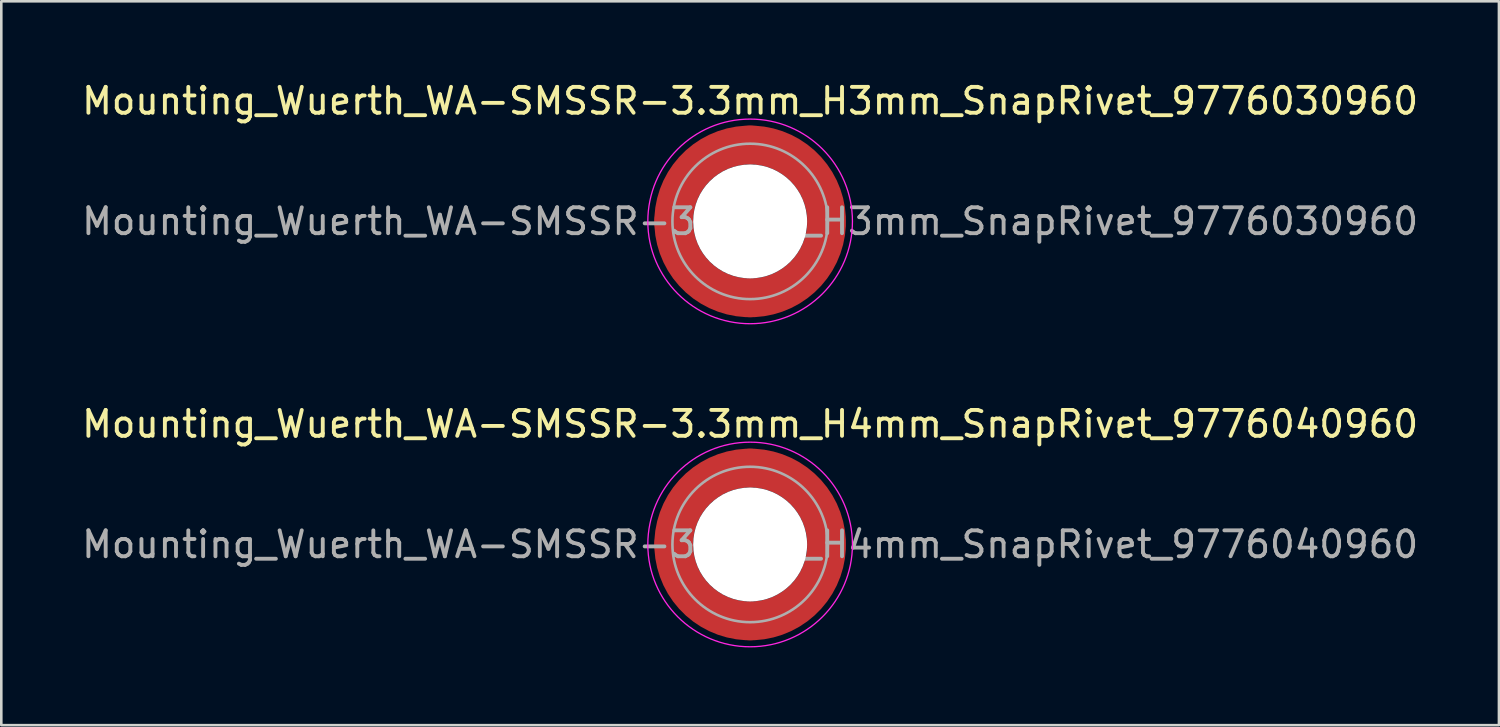
<source format=kicad_pcb>
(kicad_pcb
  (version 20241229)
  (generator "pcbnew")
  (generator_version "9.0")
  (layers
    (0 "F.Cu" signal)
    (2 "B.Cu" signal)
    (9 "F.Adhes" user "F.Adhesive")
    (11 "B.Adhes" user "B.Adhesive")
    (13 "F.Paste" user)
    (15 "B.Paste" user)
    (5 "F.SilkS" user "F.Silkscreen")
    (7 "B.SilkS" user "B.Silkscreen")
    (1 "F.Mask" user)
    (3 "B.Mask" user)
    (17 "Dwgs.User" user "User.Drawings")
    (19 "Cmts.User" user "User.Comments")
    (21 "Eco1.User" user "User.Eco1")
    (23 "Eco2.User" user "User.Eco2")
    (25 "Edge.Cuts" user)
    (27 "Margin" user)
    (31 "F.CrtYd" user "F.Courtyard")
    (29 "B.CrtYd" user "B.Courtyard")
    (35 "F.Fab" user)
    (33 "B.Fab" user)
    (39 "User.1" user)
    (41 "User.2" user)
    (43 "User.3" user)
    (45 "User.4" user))
  (footprint "Mounting_Wuerth_WA-SMSSR-3.3mm_H3mm_SnapRivet_9776030960"
    (layer "F.Cu")
    (at 25.911 5.498)
    (property "Reference" "Mounting_Wuerth_WA-SMSSR-3.3mm_H3mm_SnapRivet_9776030960" (at 0 -4.65 0) (layer "F.SilkS") (effects (font (size 1 1) (thickness 0.15))))
    (attr smd)
    (fp_circle (center 0 0) (end 3.95 0) (stroke (width 0.05) (type solid)) (fill no) (layer "F.CrtYd"))
    (fp_circle (center 0 0) (end 3 0) (stroke (width 0.1) (type solid)) (fill no) (layer "F.Fab"))
    (fp_text user "${REFERENCE}" (at 0 0 0) (layer "F.Fab") (effects (font (size 1 1) (thickness 0.15))))
    (pad "" smd custom (at -2.077 -2.077) (size 0.698 0.698) (layers "F.Paste") (options (anchor circle)) (primitives (gr_arc (start -0.208831 1.577126) (mid 0.422496 0.422496) (end 1.577126 -0.208831) (width 0.2)) (gr_arc (start -0.310669 1.577126) (mid 0.35208 0.35208) (end 1.577126 -0.310669) (width 0.2)) (gr_arc (start -0.412325 1.577126) (mid 0.281664 0.281664) (end 1.577126 -0.412325) (width 0.2)) (gr_arc (start -0.51382 1.577126) (mid 0.211248 0.211248) (end 1.577126 -0.51382) (width 0.2)) (gr_arc (start -0.615172 1.577126) (mid 0.140832 0.140832) (end 1.577126 -0.615172) (width 0.2)) (gr_arc (start -0.716397 1.577126) (mid 0.070416 0.070416) (end 1.577126 -0.716397) (width 0.2)) (gr_arc (start -0.817508 1.577126) (mid 0 0) (end 1.577126 -0.817508) (width 0.2)) (gr_arc (start -0.918517 1.577126) (mid -0.070416 -0.070416) (end 1.577126 -0.918517) (width 0.2)) (gr_arc (start -1.019433 1.577126) (mid -0.140832 -0.140832) (end 1.577126 -1.019433) (width 0.2)) (gr_arc (start -1.120266 1.577126) (mid -0.211248 -0.211248) (end 1.577126 -1.120266) (width 0.2)) (gr_arc (start -1.221022 1.577126) (mid -0.281664 -0.281664) (end 1.577126 -1.221022) (width 0.2)) (gr_arc (start -1.32171 1.577126) (mid -0.35208 -0.35208) (end 1.577126 -1.32171) (width 0.2)) (gr_arc (start -1.422335 1.577126) (mid -0.422497 -0.422497) (end 1.577126 -1.422335) (width 0.2)) (gr_line (start 1.577 -0.209) (end 1.577 -1.422) (width 0.2)) (gr_line (start -0.209 1.577) (end -1.422 1.577) (width 0.2))))
    (pad "" smd custom (at -2.077 2.077) (size 0.698 0.698) (layers "F.Paste") (options (anchor circle)) (primitives (gr_arc (start 1.577126 0.208831) (mid 0.422496 -0.422496) (end -0.208831 -1.577126) (width 0.2)) (gr_arc (start 1.577126 0.310669) (mid 0.35208 -0.35208) (end -0.310669 -1.577126) (width 0.2)) (gr_arc (start 1.577126 0.412325) (mid 0.281664 -0.281664) (end -0.412325 -1.577126) (width 0.2)) (gr_arc (start 1.577126 0.51382) (mid 0.211248 -0.211248) (end -0.51382 -1.577126) (width 0.2)) (gr_arc (start 1.577126 0.615172) (mid 0.140832 -0.140832) (end -0.615172 -1.577126) (width 0.2)) (gr_arc (start 1.577126 0.716397) (mid 0.070416 -0.070416) (end -0.716397 -1.577126) (width 0.2)) (gr_arc (start 1.577126 0.817508) (mid 0 0) (end -0.817508 -1.577126) (width 0.2)) (gr_arc (start 1.577126 0.918517) (mid -0.070416 0.070416) (end -0.918517 -1.577126) (width 0.2)) (gr_arc (start 1.577126 1.019433) (mid -0.140832 0.140832) (end -1.019433 -1.577126) (width 0.2)) (gr_arc (start 1.577126 1.120266) (mid -0.211248 0.211248) (end -1.120266 -1.577126) (width 0.2)) (gr_arc (start 1.577126 1.221022) (mid -0.281664 0.281664) (end -1.221022 -1.577126) (width 0.2)) (gr_arc (start 1.577126 1.32171) (mid -0.35208 0.35208) (end -1.32171 -1.577126) (width 0.2)) (gr_arc (start 1.577126 1.422335) (mid -0.422497 0.422497) (end -1.422335 -1.577126) (width 0.2)) (gr_line (start -0.209 -1.577) (end -1.422 -1.577) (width 0.2)) (gr_line (start 1.577 0.209) (end 1.577 1.422) (width 0.2))))
    (pad "" np_thru_hole circle (at 0 0) (size 4.4 4.4) (drill 4.4) (layers "*.Cu" "*.Mask"))
    (pad "" smd custom (at 2.077 -2.077) (size 0.698 0.698) (layers "F.Paste") (options (anchor circle)) (primitives (gr_arc (start -1.577126 -0.208831) (mid -0.422496 0.422496) (end 0.208831 1.577126) (width 0.2)) (gr_arc (start -1.577126 -0.310669) (mid -0.35208 0.35208) (end 0.310669 1.577126) (width 0.2)) (gr_arc (start -1.577126 -0.412325) (mid -0.281664 0.281664) (end 0.412325 1.577126) (width 0.2)) (gr_arc (start -1.577126 -0.51382) (mid -0.211248 0.211248) (end 0.51382 1.577126) (width 0.2)) (gr_arc (start -1.577126 -0.615172) (mid -0.140832 0.140832) (end 0.615172 1.577126) (width 0.2)) (gr_arc (start -1.577126 -0.716397) (mid -0.070416 0.070416) (end 0.716397 1.577126) (width 0.2)) (gr_arc (start -1.577126 -0.817508) (mid 0 0) (end 0.817508 1.577126) (width 0.2)) (gr_arc (start -1.577126 -0.918517) (mid 0.070416 -0.070416) (end 0.918517 1.577126) (width 0.2)) (gr_arc (start -1.577126 -1.019433) (mid 0.140832 -0.140832) (end 1.019433 1.577126) (width 0.2)) (gr_arc (start -1.577126 -1.120266) (mid 0.211248 -0.211248) (end 1.120266 1.577126) (width 0.2)) (gr_arc (start -1.577126 -1.221022) (mid 0.281664 -0.281664) (end 1.221022 1.577126) (width 0.2)) (gr_arc (start -1.577126 -1.32171) (mid 0.35208 -0.35208) (end 1.32171 1.577126) (width 0.2)) (gr_arc (start -1.577126 -1.422335) (mid 0.422497 -0.422497) (end 1.422335 1.577126) (width 0.2)) (gr_line (start 0.209 1.577) (end 1.422 1.577) (width 0.2)) (gr_line (start -1.577 -0.209) (end -1.577 -1.422) (width 0.2))))
    (pad "" smd custom (at 2.077 2.077) (size 0.698 0.698) (layers "F.Paste") (options (anchor circle)) (primitives (gr_arc (start 0.208831 -1.577126) (mid -0.422496 -0.422496) (end -1.577126 0.208831) (width 0.2)) (gr_arc (start 0.310669 -1.577126) (mid -0.35208 -0.35208) (end -1.577126 0.310669) (width 0.2)) (gr_arc (start 0.412325 -1.577126) (mid -0.281664 -0.281664) (end -1.577126 0.412325) (width 0.2)) (gr_arc (start 0.51382 -1.577126) (mid -0.211248 -0.211248) (end -1.577126 0.51382) (width 0.2)) (gr_arc (start 0.615172 -1.577126) (mid -0.140832 -0.140832) (end -1.577126 0.615172) (width 0.2)) (gr_arc (start 0.716397 -1.577126) (mid -0.070416 -0.070416) (end -1.577126 0.716397) (width 0.2)) (gr_arc (start 0.817508 -1.577126) (mid 0 0) (end -1.577126 0.817508) (width 0.2)) (gr_arc (start 0.918517 -1.577126) (mid 0.070416 0.070416) (end -1.577126 0.918517) (width 0.2)) (gr_arc (start 1.019433 -1.577126) (mid 0.140832 0.140832) (end -1.577126 1.019433) (width 0.2)) (gr_arc (start 1.120266 -1.577126) (mid 0.211248 0.211248) (end -1.577126 1.120266) (width 0.2)) (gr_arc (start 1.221022 -1.577126) (mid 0.281664 0.281664) (end -1.577126 1.221022) (width 0.2)) (gr_arc (start 1.32171 -1.577126) (mid 0.35208 0.35208) (end -1.577126 1.32171) (width 0.2)) (gr_arc (start 1.422335 -1.577126) (mid 0.422497 0.422497) (end -1.577126 1.422335) (width 0.2)) (gr_line (start -1.577 0.209) (end -1.577 1.422) (width 0.2)) (gr_line (start 0.209 -1.577) (end 1.422 -1.577) (width 0.2))))
    (pad "1" smd circle (at -2.95 0) (size 1.5 1.5) (layers "F.Cu"))
    (pad "1" smd circle (at 0 -2.95) (size 1.5 1.5) (layers "F.Cu"))
    (pad "1" smd circle (at 0 2.95) (size 1.5 1.5) (layers "F.Cu"))
    (pad "1" smd custom (at 2.95 0) (size 1.5 1.5) (layers "F.Cu" "F.Mask") (options (anchor circle)) (primitives (gr_circle (center -2.95 0) (end 0 0) (width 1.5) (fill no)))))
  (footprint "Mounting_Wuerth_WA-SMSSR-3.3mm_H4mm_SnapRivet_9776040960"
    (layer "F.Cu")
    (at 25.911 17.971)
    (property "Reference" "Mounting_Wuerth_WA-SMSSR-3.3mm_H4mm_SnapRivet_9776040960" (at 0 -4.65 0) (layer "F.SilkS") (effects (font (size 1 1) (thickness 0.15))))
    (attr smd)
    (fp_circle (center 0 0) (end 3.95 0) (stroke (width 0.05) (type solid)) (fill no) (layer "F.CrtYd"))
    (fp_circle (center 0 0) (end 3 0) (stroke (width 0.1) (type solid)) (fill no) (layer "F.Fab"))
    (fp_text user "${REFERENCE}" (at 0 0 0) (layer "F.Fab") (effects (font (size 1 1) (thickness 0.15))))
    (pad "" smd custom (at -2.077 -2.077) (size 0.698 0.698) (layers "F.Paste") (options (anchor circle)) (primitives (gr_arc (start -0.208831 1.577126) (mid 0.422496 0.422496) (end 1.577126 -0.208831) (width 0.2)) (gr_arc (start -0.310669 1.577126) (mid 0.35208 0.35208) (end 1.577126 -0.310669) (width 0.2)) (gr_arc (start -0.412325 1.577126) (mid 0.281664 0.281664) (end 1.577126 -0.412325) (width 0.2)) (gr_arc (start -0.51382 1.577126) (mid 0.211248 0.211248) (end 1.577126 -0.51382) (width 0.2)) (gr_arc (start -0.615172 1.577126) (mid 0.140832 0.140832) (end 1.577126 -0.615172) (width 0.2)) (gr_arc (start -0.716397 1.577126) (mid 0.070416 0.070416) (end 1.577126 -0.716397) (width 0.2)) (gr_arc (start -0.817508 1.577126) (mid 0 0) (end 1.577126 -0.817508) (width 0.2)) (gr_arc (start -0.918517 1.577126) (mid -0.070416 -0.070416) (end 1.577126 -0.918517) (width 0.2)) (gr_arc (start -1.019433 1.577126) (mid -0.140832 -0.140832) (end 1.577126 -1.019433) (width 0.2)) (gr_arc (start -1.120266 1.577126) (mid -0.211248 -0.211248) (end 1.577126 -1.120266) (width 0.2)) (gr_arc (start -1.221022 1.577126) (mid -0.281664 -0.281664) (end 1.577126 -1.221022) (width 0.2)) (gr_arc (start -1.32171 1.577126) (mid -0.35208 -0.35208) (end 1.577126 -1.32171) (width 0.2)) (gr_arc (start -1.422335 1.577126) (mid -0.422497 -0.422497) (end 1.577126 -1.422335) (width 0.2)) (gr_line (start 1.577 -0.209) (end 1.577 -1.422) (width 0.2)) (gr_line (start -0.209 1.577) (end -1.422 1.577) (width 0.2))))
    (pad "" smd custom (at -2.077 2.077) (size 0.698 0.698) (layers "F.Paste") (options (anchor circle)) (primitives (gr_arc (start 1.577126 0.208831) (mid 0.422496 -0.422496) (end -0.208831 -1.577126) (width 0.2)) (gr_arc (start 1.577126 0.310669) (mid 0.35208 -0.35208) (end -0.310669 -1.577126) (width 0.2)) (gr_arc (start 1.577126 0.412325) (mid 0.281664 -0.281664) (end -0.412325 -1.577126) (width 0.2)) (gr_arc (start 1.577126 0.51382) (mid 0.211248 -0.211248) (end -0.51382 -1.577126) (width 0.2)) (gr_arc (start 1.577126 0.615172) (mid 0.140832 -0.140832) (end -0.615172 -1.577126) (width 0.2)) (gr_arc (start 1.577126 0.716397) (mid 0.070416 -0.070416) (end -0.716397 -1.577126) (width 0.2)) (gr_arc (start 1.577126 0.817508) (mid 0 0) (end -0.817508 -1.577126) (width 0.2)) (gr_arc (start 1.577126 0.918517) (mid -0.070416 0.070416) (end -0.918517 -1.577126) (width 0.2)) (gr_arc (start 1.577126 1.019433) (mid -0.140832 0.140832) (end -1.019433 -1.577126) (width 0.2)) (gr_arc (start 1.577126 1.120266) (mid -0.211248 0.211248) (end -1.120266 -1.577126) (width 0.2)) (gr_arc (start 1.577126 1.221022) (mid -0.281664 0.281664) (end -1.221022 -1.577126) (width 0.2)) (gr_arc (start 1.577126 1.32171) (mid -0.35208 0.35208) (end -1.32171 -1.577126) (width 0.2)) (gr_arc (start 1.577126 1.422335) (mid -0.422497 0.422497) (end -1.422335 -1.577126) (width 0.2)) (gr_line (start -0.209 -1.577) (end -1.422 -1.577) (width 0.2)) (gr_line (start 1.577 0.209) (end 1.577 1.422) (width 0.2))))
    (pad "" np_thru_hole circle (at 0 0) (size 4.4 4.4) (drill 4.4) (layers "*.Cu" "*.Mask"))
    (pad "" smd custom (at 2.077 -2.077) (size 0.698 0.698) (layers "F.Paste") (options (anchor circle)) (primitives (gr_arc (start -1.577126 -0.208831) (mid -0.422496 0.422496) (end 0.208831 1.577126) (width 0.2)) (gr_arc (start -1.577126 -0.310669) (mid -0.35208 0.35208) (end 0.310669 1.577126) (width 0.2)) (gr_arc (start -1.577126 -0.412325) (mid -0.281664 0.281664) (end 0.412325 1.577126) (width 0.2)) (gr_arc (start -1.577126 -0.51382) (mid -0.211248 0.211248) (end 0.51382 1.577126) (width 0.2)) (gr_arc (start -1.577126 -0.615172) (mid -0.140832 0.140832) (end 0.615172 1.577126) (width 0.2)) (gr_arc (start -1.577126 -0.716397) (mid -0.070416 0.070416) (end 0.716397 1.577126) (width 0.2)) (gr_arc (start -1.577126 -0.817508) (mid 0 0) (end 0.817508 1.577126) (width 0.2)) (gr_arc (start -1.577126 -0.918517) (mid 0.070416 -0.070416) (end 0.918517 1.577126) (width 0.2)) (gr_arc (start -1.577126 -1.019433) (mid 0.140832 -0.140832) (end 1.019433 1.577126) (width 0.2)) (gr_arc (start -1.577126 -1.120266) (mid 0.211248 -0.211248) (end 1.120266 1.577126) (width 0.2)) (gr_arc (start -1.577126 -1.221022) (mid 0.281664 -0.281664) (end 1.221022 1.577126) (width 0.2)) (gr_arc (start -1.577126 -1.32171) (mid 0.35208 -0.35208) (end 1.32171 1.577126) (width 0.2)) (gr_arc (start -1.577126 -1.422335) (mid 0.422497 -0.422497) (end 1.422335 1.577126) (width 0.2)) (gr_line (start 0.209 1.577) (end 1.422 1.577) (width 0.2)) (gr_line (start -1.577 -0.209) (end -1.577 -1.422) (width 0.2))))
    (pad "" smd custom (at 2.077 2.077) (size 0.698 0.698) (layers "F.Paste") (options (anchor circle)) (primitives (gr_arc (start 0.208831 -1.577126) (mid -0.422496 -0.422496) (end -1.577126 0.208831) (width 0.2)) (gr_arc (start 0.310669 -1.577126) (mid -0.35208 -0.35208) (end -1.577126 0.310669) (width 0.2)) (gr_arc (start 0.412325 -1.577126) (mid -0.281664 -0.281664) (end -1.577126 0.412325) (width 0.2)) (gr_arc (start 0.51382 -1.577126) (mid -0.211248 -0.211248) (end -1.577126 0.51382) (width 0.2)) (gr_arc (start 0.615172 -1.577126) (mid -0.140832 -0.140832) (end -1.577126 0.615172) (width 0.2)) (gr_arc (start 0.716397 -1.577126) (mid -0.070416 -0.070416) (end -1.577126 0.716397) (width 0.2)) (gr_arc (start 0.817508 -1.577126) (mid 0 0) (end -1.577126 0.817508) (width 0.2)) (gr_arc (start 0.918517 -1.577126) (mid 0.070416 0.070416) (end -1.577126 0.918517) (width 0.2)) (gr_arc (start 1.019433 -1.577126) (mid 0.140832 0.140832) (end -1.577126 1.019433) (width 0.2)) (gr_arc (start 1.120266 -1.577126) (mid 0.211248 0.211248) (end -1.577126 1.120266) (width 0.2)) (gr_arc (start 1.221022 -1.577126) (mid 0.281664 0.281664) (end -1.577126 1.221022) (width 0.2)) (gr_arc (start 1.32171 -1.577126) (mid 0.35208 0.35208) (end -1.577126 1.32171) (width 0.2)) (gr_arc (start 1.422335 -1.577126) (mid 0.422497 0.422497) (end -1.577126 1.422335) (width 0.2)) (gr_line (start -1.577 0.209) (end -1.577 1.422) (width 0.2)) (gr_line (start 0.209 -1.577) (end 1.422 -1.577) (width 0.2))))
    (pad "1" smd circle (at -2.95 0) (size 1.5 1.5) (layers "F.Cu"))
    (pad "1" smd circle (at 0 -2.95) (size 1.5 1.5) (layers "F.Cu"))
    (pad "1" smd circle (at 0 2.95) (size 1.5 1.5) (layers "F.Cu"))
    (pad "1" smd custom (at 2.95 0) (size 1.5 1.5) (layers "F.Cu" "F.Mask") (options (anchor circle)) (primitives (gr_circle (center -2.95 0) (end 0 0) (width 1.5) (fill no)))))
  (gr_rect
    (start -3 -3)
    (end 54.821 24.947)
    (stroke (width 0.1) (type default))
    (fill no)
    (layer "Edge.Cuts")))
</source>
